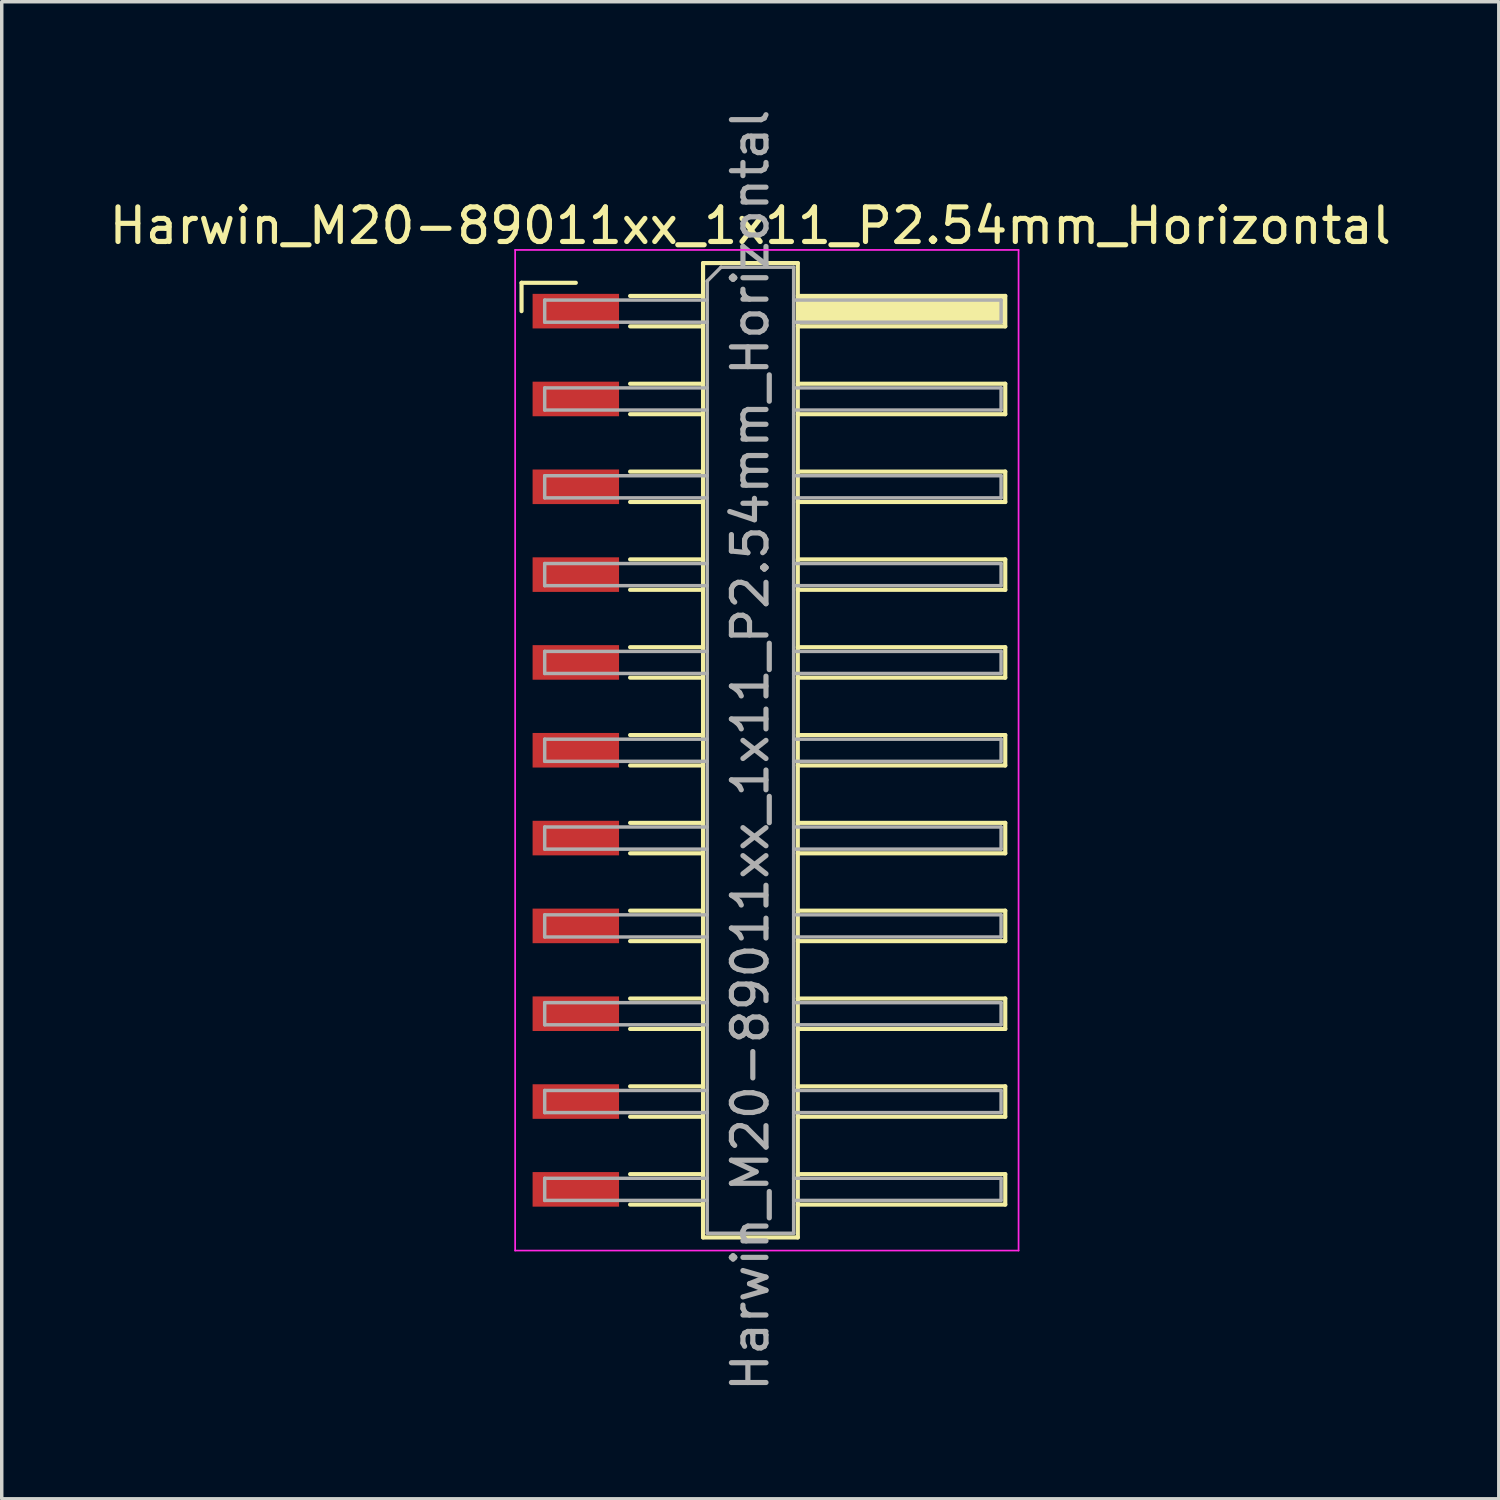
<source format=kicad_pcb>
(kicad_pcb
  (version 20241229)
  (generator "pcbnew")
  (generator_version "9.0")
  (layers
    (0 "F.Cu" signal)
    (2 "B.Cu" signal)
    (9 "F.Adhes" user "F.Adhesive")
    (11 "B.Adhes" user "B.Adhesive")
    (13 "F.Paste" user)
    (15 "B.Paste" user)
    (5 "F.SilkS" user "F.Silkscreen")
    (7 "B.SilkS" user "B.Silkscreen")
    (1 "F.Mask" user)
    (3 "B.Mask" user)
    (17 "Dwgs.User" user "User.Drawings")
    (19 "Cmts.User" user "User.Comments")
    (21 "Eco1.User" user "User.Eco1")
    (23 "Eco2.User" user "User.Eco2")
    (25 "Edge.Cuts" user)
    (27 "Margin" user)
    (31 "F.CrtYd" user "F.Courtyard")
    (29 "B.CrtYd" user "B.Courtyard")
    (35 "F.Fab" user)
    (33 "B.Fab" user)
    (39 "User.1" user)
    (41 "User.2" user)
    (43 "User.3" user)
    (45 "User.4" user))
  (footprint "Harwin_M20-89011xx_1x11_P2.54mm_Horizontal"
    (layer "F.Cu")
    (at 19.129 18.649)
    (property "Reference" "Harwin_M20-89011xx_1x11_P2.54mm_Horizontal" (at -0.48 -15.17 0) (layer "F.SilkS") (effects (font (size 1 1) (thickness 0.15))))
    (attr smd)
    (fp_line (start -7.095 -13.52) (end -5.525 -13.52) (stroke (width 0.12) (type solid)) (layer "F.SilkS"))
    (fp_line (start -7.095 -12.7) (end -7.095 -13.52) (stroke (width 0.12) (type solid)) (layer "F.SilkS"))
    (fp_line (start -3.955 -13.14) (end -1.845 -13.14) (stroke (width 0.12) (type solid)) (layer "F.SilkS"))
    (fp_line (start -3.955 -12.26) (end -1.845 -12.26) (stroke (width 0.12) (type solid)) (layer "F.SilkS"))
    (fp_line (start -3.955 -10.6) (end -1.845 -10.6) (stroke (width 0.12) (type solid)) (layer "F.SilkS"))
    (fp_line (start -3.955 -9.72) (end -1.845 -9.72) (stroke (width 0.12) (type solid)) (layer "F.SilkS"))
    (fp_line (start -3.955 -8.06) (end -1.845 -8.06) (stroke (width 0.12) (type solid)) (layer "F.SilkS"))
    (fp_line (start -3.955 -7.18) (end -1.845 -7.18) (stroke (width 0.12) (type solid)) (layer "F.SilkS"))
    (fp_line (start -3.955 -5.52) (end -1.845 -5.52) (stroke (width 0.12) (type solid)) (layer "F.SilkS"))
    (fp_line (start -3.955 -4.64) (end -1.845 -4.64) (stroke (width 0.12) (type solid)) (layer "F.SilkS"))
    (fp_line (start -3.955 -2.98) (end -1.845 -2.98) (stroke (width 0.12) (type solid)) (layer "F.SilkS"))
    (fp_line (start -3.955 -2.1) (end -1.845 -2.1) (stroke (width 0.12) (type solid)) (layer "F.SilkS"))
    (fp_line (start -3.955 -0.44) (end -1.845 -0.44) (stroke (width 0.12) (type solid)) (layer "F.SilkS"))
    (fp_line (start -3.955 0.44) (end -1.845 0.44) (stroke (width 0.12) (type solid)) (layer "F.SilkS"))
    (fp_line (start -3.955 2.1) (end -1.845 2.1) (stroke (width 0.12) (type solid)) (layer "F.SilkS"))
    (fp_line (start -3.955 2.98) (end -1.845 2.98) (stroke (width 0.12) (type solid)) (layer "F.SilkS"))
    (fp_line (start -3.955 4.64) (end -1.845 4.64) (stroke (width 0.12) (type solid)) (layer "F.SilkS"))
    (fp_line (start -3.955 5.52) (end -1.845 5.52) (stroke (width 0.12) (type solid)) (layer "F.SilkS"))
    (fp_line (start -3.955 7.18) (end -1.845 7.18) (stroke (width 0.12) (type solid)) (layer "F.SilkS"))
    (fp_line (start -3.955 8.06) (end -1.845 8.06) (stroke (width 0.12) (type solid)) (layer "F.SilkS"))
    (fp_line (start -3.955 9.72) (end -1.845 9.72) (stroke (width 0.12) (type solid)) (layer "F.SilkS"))
    (fp_line (start -3.955 10.6) (end -1.845 10.6) (stroke (width 0.12) (type solid)) (layer "F.SilkS"))
    (fp_line (start -3.955 12.26) (end -1.845 12.26) (stroke (width 0.12) (type solid)) (layer "F.SilkS"))
    (fp_line (start -3.955 13.14) (end -1.845 13.14) (stroke (width 0.12) (type solid)) (layer "F.SilkS"))
    (fp_line (start -1.845 -14.09) (end 0.895 -14.09) (stroke (width 0.12) (type solid)) (layer "F.SilkS"))
    (fp_line (start -1.845 14.09) (end -1.845 -14.09) (stroke (width 0.12) (type solid)) (layer "F.SilkS"))
    (fp_line (start 0.895 -14.09) (end 0.895 14.09) (stroke (width 0.12) (type solid)) (layer "F.SilkS"))
    (fp_line (start 0.895 -13.14) (end 6.895 -13.14) (stroke (width 0.12) (type solid)) (layer "F.SilkS"))
    (fp_line (start 0.895 -10.6) (end 6.895 -10.6) (stroke (width 0.12) (type solid)) (layer "F.SilkS"))
    (fp_line (start 0.895 -8.06) (end 6.895 -8.06) (stroke (width 0.12) (type solid)) (layer "F.SilkS"))
    (fp_line (start 0.895 -5.52) (end 6.895 -5.52) (stroke (width 0.12) (type solid)) (layer "F.SilkS"))
    (fp_line (start 0.895 -2.98) (end 6.895 -2.98) (stroke (width 0.12) (type solid)) (layer "F.SilkS"))
    (fp_line (start 0.895 -0.44) (end 6.895 -0.44) (stroke (width 0.12) (type solid)) (layer "F.SilkS"))
    (fp_line (start 0.895 2.1) (end 6.895 2.1) (stroke (width 0.12) (type solid)) (layer "F.SilkS"))
    (fp_line (start 0.895 4.64) (end 6.895 4.64) (stroke (width 0.12) (type solid)) (layer "F.SilkS"))
    (fp_line (start 0.895 7.18) (end 6.895 7.18) (stroke (width 0.12) (type solid)) (layer "F.SilkS"))
    (fp_line (start 0.895 9.72) (end 6.895 9.72) (stroke (width 0.12) (type solid)) (layer "F.SilkS"))
    (fp_line (start 0.895 12.26) (end 6.895 12.26) (stroke (width 0.12) (type solid)) (layer "F.SilkS"))
    (fp_line (start 0.895 14.09) (end -1.845 14.09) (stroke (width 0.12) (type solid)) (layer "F.SilkS"))
    (fp_line (start 6.895 -13.14) (end 6.895 -12.26) (stroke (width 0.12) (type solid)) (layer "F.SilkS"))
    (fp_line (start 6.895 -12.26) (end 0.895 -12.26) (stroke (width 0.12) (type solid)) (layer "F.SilkS"))
    (fp_line (start 6.895 -10.6) (end 6.895 -9.72) (stroke (width 0.12) (type solid)) (layer "F.SilkS"))
    (fp_line (start 6.895 -9.72) (end 0.895 -9.72) (stroke (width 0.12) (type solid)) (layer "F.SilkS"))
    (fp_line (start 6.895 -8.06) (end 6.895 -7.18) (stroke (width 0.12) (type solid)) (layer "F.SilkS"))
    (fp_line (start 6.895 -7.18) (end 0.895 -7.18) (stroke (width 0.12) (type solid)) (layer "F.SilkS"))
    (fp_line (start 6.895 -5.52) (end 6.895 -4.64) (stroke (width 0.12) (type solid)) (layer "F.SilkS"))
    (fp_line (start 6.895 -4.64) (end 0.895 -4.64) (stroke (width 0.12) (type solid)) (layer "F.SilkS"))
    (fp_line (start 6.895 -2.98) (end 6.895 -2.1) (stroke (width 0.12) (type solid)) (layer "F.SilkS"))
    (fp_line (start 6.895 -2.1) (end 0.895 -2.1) (stroke (width 0.12) (type solid)) (layer "F.SilkS"))
    (fp_line (start 6.895 -0.44) (end 6.895 0.44) (stroke (width 0.12) (type solid)) (layer "F.SilkS"))
    (fp_line (start 6.895 0.44) (end 0.895 0.44) (stroke (width 0.12) (type solid)) (layer "F.SilkS"))
    (fp_line (start 6.895 2.1) (end 6.895 2.98) (stroke (width 0.12) (type solid)) (layer "F.SilkS"))
    (fp_line (start 6.895 2.98) (end 0.895 2.98) (stroke (width 0.12) (type solid)) (layer "F.SilkS"))
    (fp_line (start 6.895 4.64) (end 6.895 5.52) (stroke (width 0.12) (type solid)) (layer "F.SilkS"))
    (fp_line (start 6.895 5.52) (end 0.895 5.52) (stroke (width 0.12) (type solid)) (layer "F.SilkS"))
    (fp_line (start 6.895 7.18) (end 6.895 8.06) (stroke (width 0.12) (type solid)) (layer "F.SilkS"))
    (fp_line (start 6.895 8.06) (end 0.895 8.06) (stroke (width 0.12) (type solid)) (layer "F.SilkS"))
    (fp_line (start 6.895 9.72) (end 6.895 10.6) (stroke (width 0.12) (type solid)) (layer "F.SilkS"))
    (fp_line (start 6.895 10.6) (end 0.895 10.6) (stroke (width 0.12) (type solid)) (layer "F.SilkS"))
    (fp_line (start 6.895 12.26) (end 6.895 13.14) (stroke (width 0.12) (type solid)) (layer "F.SilkS"))
    (fp_line (start 6.895 13.14) (end 0.895 13.14) (stroke (width 0.12) (type solid)) (layer "F.SilkS"))
    (fp_line (start -7.28 -14.47) (end 7.28 -14.47) (stroke (width 0.05) (type solid)) (layer "F.CrtYd"))
    (fp_line (start -7.28 14.47) (end -7.28 -14.47) (stroke (width 0.05) (type solid)) (layer "F.CrtYd"))
    (fp_line (start 7.28 -14.47) (end 7.28 14.47) (stroke (width 0.05) (type solid)) (layer "F.CrtYd"))
    (fp_line (start 7.28 14.47) (end -7.28 14.47) (stroke (width 0.05) (type solid)) (layer "F.CrtYd"))
    (fp_line (start -6.425 -13.02) (end -6.425 -12.38) (stroke (width 0.1) (type solid)) (layer "F.Fab"))
    (fp_line (start -6.425 -12.38) (end -1.725 -12.38) (stroke (width 0.1) (type solid)) (layer "F.Fab"))
    (fp_line (start -6.425 -10.48) (end -6.425 -9.84) (stroke (width 0.1) (type solid)) (layer "F.Fab"))
    (fp_line (start -6.425 -9.84) (end -1.725 -9.84) (stroke (width 0.1) (type solid)) (layer "F.Fab"))
    (fp_line (start -6.425 -7.94) (end -6.425 -7.3) (stroke (width 0.1) (type solid)) (layer "F.Fab"))
    (fp_line (start -6.425 -7.3) (end -1.725 -7.3) (stroke (width 0.1) (type solid)) (layer "F.Fab"))
    (fp_line (start -6.425 -5.4) (end -6.425 -4.76) (stroke (width 0.1) (type solid)) (layer "F.Fab"))
    (fp_line (start -6.425 -4.76) (end -1.725 -4.76) (stroke (width 0.1) (type solid)) (layer "F.Fab"))
    (fp_line (start -6.425 -2.86) (end -6.425 -2.22) (stroke (width 0.1) (type solid)) (layer "F.Fab"))
    (fp_line (start -6.425 -2.22) (end -1.725 -2.22) (stroke (width 0.1) (type solid)) (layer "F.Fab"))
    (fp_line (start -6.425 -0.32) (end -6.425 0.32) (stroke (width 0.1) (type solid)) (layer "F.Fab"))
    (fp_line (start -6.425 0.32) (end -1.725 0.32) (stroke (width 0.1) (type solid)) (layer "F.Fab"))
    (fp_line (start -6.425 2.22) (end -6.425 2.86) (stroke (width 0.1) (type solid)) (layer "F.Fab"))
    (fp_line (start -6.425 2.86) (end -1.725 2.86) (stroke (width 0.1) (type solid)) (layer "F.Fab"))
    (fp_line (start -6.425 4.76) (end -6.425 5.4) (stroke (width 0.1) (type solid)) (layer "F.Fab"))
    (fp_line (start -6.425 5.4) (end -1.725 5.4) (stroke (width 0.1) (type solid)) (layer "F.Fab"))
    (fp_line (start -6.425 7.3) (end -6.425 7.94) (stroke (width 0.1) (type solid)) (layer "F.Fab"))
    (fp_line (start -6.425 7.94) (end -1.725 7.94) (stroke (width 0.1) (type solid)) (layer "F.Fab"))
    (fp_line (start -6.425 9.84) (end -6.425 10.48) (stroke (width 0.1) (type solid)) (layer "F.Fab"))
    (fp_line (start -6.425 10.48) (end -1.725 10.48) (stroke (width 0.1) (type solid)) (layer "F.Fab"))
    (fp_line (start -6.425 12.38) (end -6.425 13.02) (stroke (width 0.1) (type solid)) (layer "F.Fab"))
    (fp_line (start -6.425 13.02) (end -1.725 13.02) (stroke (width 0.1) (type solid)) (layer "F.Fab"))
    (fp_line (start -1.725 -13.57) (end -1.325 -13.97) (stroke (width 0.1) (type solid)) (layer "F.Fab"))
    (fp_line (start -1.725 -13.02) (end -6.425 -13.02) (stroke (width 0.1) (type solid)) (layer "F.Fab"))
    (fp_line (start -1.725 -10.48) (end -6.425 -10.48) (stroke (width 0.1) (type solid)) (layer "F.Fab"))
    (fp_line (start -1.725 -7.94) (end -6.425 -7.94) (stroke (width 0.1) (type solid)) (layer "F.Fab"))
    (fp_line (start -1.725 -5.4) (end -6.425 -5.4) (stroke (width 0.1) (type solid)) (layer "F.Fab"))
    (fp_line (start -1.725 -2.86) (end -6.425 -2.86) (stroke (width 0.1) (type solid)) (layer "F.Fab"))
    (fp_line (start -1.725 -0.32) (end -6.425 -0.32) (stroke (width 0.1) (type solid)) (layer "F.Fab"))
    (fp_line (start -1.725 2.22) (end -6.425 2.22) (stroke (width 0.1) (type solid)) (layer "F.Fab"))
    (fp_line (start -1.725 4.76) (end -6.425 4.76) (stroke (width 0.1) (type solid)) (layer "F.Fab"))
    (fp_line (start -1.725 7.3) (end -6.425 7.3) (stroke (width 0.1) (type solid)) (layer "F.Fab"))
    (fp_line (start -1.725 9.84) (end -6.425 9.84) (stroke (width 0.1) (type solid)) (layer "F.Fab"))
    (fp_line (start -1.725 12.38) (end -6.425 12.38) (stroke (width 0.1) (type solid)) (layer "F.Fab"))
    (fp_line (start -1.725 13.97) (end -1.725 -13.57) (stroke (width 0.1) (type solid)) (layer "F.Fab"))
    (fp_line (start -1.325 -13.97) (end 0.775 -13.97) (stroke (width 0.1) (type solid)) (layer "F.Fab"))
    (fp_line (start 0.775 -13.97) (end 0.775 13.97) (stroke (width 0.1) (type solid)) (layer "F.Fab"))
    (fp_line (start 0.775 -13.02) (end 6.775 -13.02) (stroke (width 0.1) (type solid)) (layer "F.Fab"))
    (fp_line (start 0.775 -10.48) (end 6.775 -10.48) (stroke (width 0.1) (type solid)) (layer "F.Fab"))
    (fp_line (start 0.775 -7.94) (end 6.775 -7.94) (stroke (width 0.1) (type solid)) (layer "F.Fab"))
    (fp_line (start 0.775 -5.4) (end 6.775 -5.4) (stroke (width 0.1) (type solid)) (layer "F.Fab"))
    (fp_line (start 0.775 -2.86) (end 6.775 -2.86) (stroke (width 0.1) (type solid)) (layer "F.Fab"))
    (fp_line (start 0.775 -0.32) (end 6.775 -0.32) (stroke (width 0.1) (type solid)) (layer "F.Fab"))
    (fp_line (start 0.775 2.22) (end 6.775 2.22) (stroke (width 0.1) (type solid)) (layer "F.Fab"))
    (fp_line (start 0.775 4.76) (end 6.775 4.76) (stroke (width 0.1) (type solid)) (layer "F.Fab"))
    (fp_line (start 0.775 7.3) (end 6.775 7.3) (stroke (width 0.1) (type solid)) (layer "F.Fab"))
    (fp_line (start 0.775 9.84) (end 6.775 9.84) (stroke (width 0.1) (type solid)) (layer "F.Fab"))
    (fp_line (start 0.775 12.38) (end 6.775 12.38) (stroke (width 0.1) (type solid)) (layer "F.Fab"))
    (fp_line (start 0.775 13.97) (end -1.725 13.97) (stroke (width 0.1) (type solid)) (layer "F.Fab"))
    (fp_line (start 6.775 -13.02) (end 6.775 -12.38) (stroke (width 0.1) (type solid)) (layer "F.Fab"))
    (fp_line (start 6.775 -12.38) (end 0.775 -12.38) (stroke (width 0.1) (type solid)) (layer "F.Fab"))
    (fp_line (start 6.775 -10.48) (end 6.775 -9.84) (stroke (width 0.1) (type solid)) (layer "F.Fab"))
    (fp_line (start 6.775 -9.84) (end 0.775 -9.84) (stroke (width 0.1) (type solid)) (layer "F.Fab"))
    (fp_line (start 6.775 -7.94) (end 6.775 -7.3) (stroke (width 0.1) (type solid)) (layer "F.Fab"))
    (fp_line (start 6.775 -7.3) (end 0.775 -7.3) (stroke (width 0.1) (type solid)) (layer "F.Fab"))
    (fp_line (start 6.775 -5.4) (end 6.775 -4.76) (stroke (width 0.1) (type solid)) (layer "F.Fab"))
    (fp_line (start 6.775 -4.76) (end 0.775 -4.76) (stroke (width 0.1) (type solid)) (layer "F.Fab"))
    (fp_line (start 6.775 -2.86) (end 6.775 -2.22) (stroke (width 0.1) (type solid)) (layer "F.Fab"))
    (fp_line (start 6.775 -2.22) (end 0.775 -2.22) (stroke (width 0.1) (type solid)) (layer "F.Fab"))
    (fp_line (start 6.775 -0.32) (end 6.775 0.32) (stroke (width 0.1) (type solid)) (layer "F.Fab"))
    (fp_line (start 6.775 0.32) (end 0.775 0.32) (stroke (width 0.1) (type solid)) (layer "F.Fab"))
    (fp_line (start 6.775 2.22) (end 6.775 2.86) (stroke (width 0.1) (type solid)) (layer "F.Fab"))
    (fp_line (start 6.775 2.86) (end 0.775 2.86) (stroke (width 0.1) (type solid)) (layer "F.Fab"))
    (fp_line (start 6.775 4.76) (end 6.775 5.4) (stroke (width 0.1) (type solid)) (layer "F.Fab"))
    (fp_line (start 6.775 5.4) (end 0.775 5.4) (stroke (width 0.1) (type solid)) (layer "F.Fab"))
    (fp_line (start 6.775 7.3) (end 6.775 7.94) (stroke (width 0.1) (type solid)) (layer "F.Fab"))
    (fp_line (start 6.775 7.94) (end 0.775 7.94) (stroke (width 0.1) (type solid)) (layer "F.Fab"))
    (fp_line (start 6.775 9.84) (end 6.775 10.48) (stroke (width 0.1) (type solid)) (layer "F.Fab"))
    (fp_line (start 6.775 10.48) (end 0.775 10.48) (stroke (width 0.1) (type solid)) (layer "F.Fab"))
    (fp_line (start 6.775 12.38) (end 6.775 13.02) (stroke (width 0.1) (type solid)) (layer "F.Fab"))
    (fp_line (start 6.775 13.02) (end 0.775 13.02) (stroke (width 0.1) (type solid)) (layer "F.Fab"))
    (fp_text user "${REFERENCE}" (at -0.48 0 90) (layer "F.Fab") (effects (font (size 1 1) (thickness 0.15))))
    (pad "" smd rect (at 3.895 -12.7) (size 6 0.76) (layers "F.SilkS"))
    (pad "1" smd rect (at -5.525 -12.7) (size 2.5 1) (layers "F.Cu" "F.Mask" "F.Paste"))
    (pad "2" smd rect (at -5.525 -10.16) (size 2.5 1) (layers "F.Cu" "F.Mask" "F.Paste"))
    (pad "3" smd rect (at -5.525 -7.62) (size 2.5 1) (layers "F.Cu" "F.Mask" "F.Paste"))
    (pad "4" smd rect (at -5.525 -5.08) (size 2.5 1) (layers "F.Cu" "F.Mask" "F.Paste"))
    (pad "5" smd rect (at -5.525 -2.54) (size 2.5 1) (layers "F.Cu" "F.Mask" "F.Paste"))
    (pad "6" smd rect (at -5.525 0) (size 2.5 1) (layers "F.Cu" "F.Mask" "F.Paste"))
    (pad "7" smd rect (at -5.525 2.54) (size 2.5 1) (layers "F.Cu" "F.Mask" "F.Paste"))
    (pad "8" smd rect (at -5.525 5.08) (size 2.5 1) (layers "F.Cu" "F.Mask" "F.Paste"))
    (pad "9" smd rect (at -5.525 7.62) (size 2.5 1) (layers "F.Cu" "F.Mask" "F.Paste"))
    (pad "10" smd rect (at -5.525 10.16) (size 2.5 1) (layers "F.Cu" "F.Mask" "F.Paste"))
    (pad "11" smd rect (at -5.525 12.7) (size 2.5 1) (layers "F.Cu" "F.Mask" "F.Paste")))
  (gr_rect
    (start -3 -3)
    (end 40.298 40.298)
    (stroke (width 0.1) (type default))
    (fill no)
    (layer "Edge.Cuts")))
</source>
